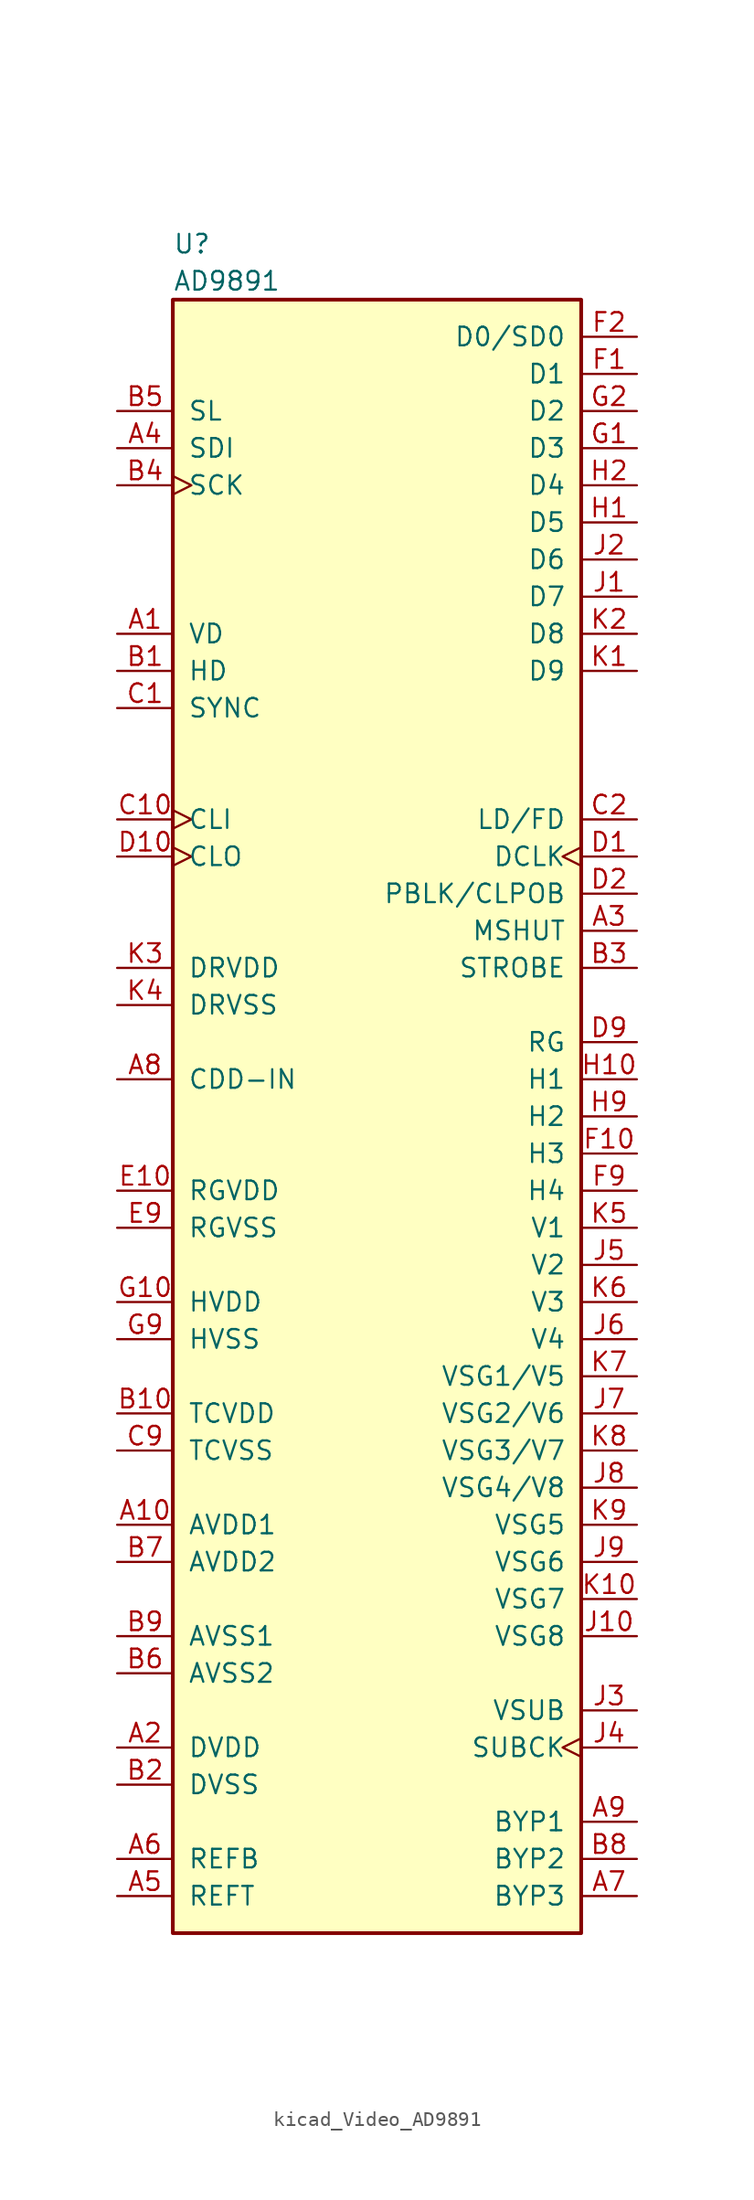
<source format=kicad_sym>
(kicad_symbol_lib
  (version 20220914)
  (generator kicad_symbol_editor)
  (symbol "kicad_Video_AD9891"
    (pin_names
      (offset 1.016))
    (property "Reference" "U"
      (at -13.97 59.69 0)
      (effects (font (size 1.27 1.27)) (justify left)))
    (property "Value" "AD9891"
      (at -13.97 57.15 0)
      (effects (font (size 1.27 1.27)) (justify left)))
    (symbol "kicad_Video_AD9891_0_1"
      (rectangle (start 13.97 -55.88) (end -13.97 55.88) (stroke (width 0.254) (type default)) (fill (type background))))
    (symbol "kicad_Video_AD9891_1_1"
      (pin bidirectional line (at -17.78 33.02 0) (length 3.81) (name "VD" (effects (font (size 1.27 1.27)))) (number "A1" (effects (font (size 1.27 1.27)))))
      (pin power_in line (at -17.78 -27.94 0) (length 3.81) (name "AVDD1" (effects (font (size 1.27 1.27)))) (number "A10" (effects (font (size 1.27 1.27)))))
      (pin power_in line (at -17.78 -43.18 0) (length 3.81) (name "DVDD" (effects (font (size 1.27 1.27)))) (number "A2" (effects (font (size 1.27 1.27)))))
      (pin output line (at 17.78 12.7 180) (length 3.81) (name "MSHUT" (effects (font (size 1.27 1.27)))) (number "A3" (effects (font (size 1.27 1.27)))))
      (pin input line (at -17.78 45.72 0) (length 3.81) (name "SDI" (effects (font (size 1.27 1.27)))) (number "A4" (effects (font (size 1.27 1.27)))))
      (pin output line (at -17.78 -53.34 0) (length 3.81) (name "REFT" (effects (font (size 1.27 1.27)))) (number "A5" (effects (font (size 1.27 1.27)))))
      (pin output line (at -17.78 -50.8 0) (length 3.81) (name "REFB" (effects (font (size 1.27 1.27)))) (number "A6" (effects (font (size 1.27 1.27)))))
      (pin output line (at 17.78 -53.34 180) (length 3.81) (name "BYP3" (effects (font (size 1.27 1.27)))) (number "A7" (effects (font (size 1.27 1.27)))))
      (pin input line (at -17.78 2.54 0) (length 3.81) (name "CDD-IN" (effects (font (size 1.27 1.27)))) (number "A8" (effects (font (size 1.27 1.27)))))
      (pin output line (at 17.78 -48.26 180) (length 3.81) (name "BYP1" (effects (font (size 1.27 1.27)))) (number "A9" (effects (font (size 1.27 1.27)))))
      (pin bidirectional line (at -17.78 30.48 0) (length 3.81) (name "HD" (effects (font (size 1.27 1.27)))) (number "B1" (effects (font (size 1.27 1.27)))))
      (pin power_in line (at -17.78 -20.32 0) (length 3.81) (name "TCVDD" (effects (font (size 1.27 1.27)))) (number "B10" (effects (font (size 1.27 1.27)))))
      (pin power_in line (at -17.78 -45.72 0) (length 3.81) (name "DVSS" (effects (font (size 1.27 1.27)))) (number "B2" (effects (font (size 1.27 1.27)))))
      (pin output line (at 17.78 10.16 180) (length 3.81) (name "STROBE" (effects (font (size 1.27 1.27)))) (number "B3" (effects (font (size 1.27 1.27)))))
      (pin input clock (at -17.78 43.18 0) (length 3.81) (name "SCK" (effects (font (size 1.27 1.27)))) (number "B4" (effects (font (size 1.27 1.27)))))
      (pin input line (at -17.78 48.26 0) (length 3.81) (name "SL" (effects (font (size 1.27 1.27)))) (number "B5" (effects (font (size 1.27 1.27)))))
      (pin power_in line (at -17.78 -38.1 0) (length 3.81) (name "AVSS2" (effects (font (size 1.27 1.27)))) (number "B6" (effects (font (size 1.27 1.27)))))
      (pin power_in line (at -17.78 -30.48 0) (length 3.81) (name "AVDD2" (effects (font (size 1.27 1.27)))) (number "B7" (effects (font (size 1.27 1.27)))))
      (pin output line (at 17.78 -50.8 180) (length 3.81) (name "BYP2" (effects (font (size 1.27 1.27)))) (number "B8" (effects (font (size 1.27 1.27)))))
      (pin power_in line (at -17.78 -35.56 0) (length 3.81) (name "AVSS1" (effects (font (size 1.27 1.27)))) (number "B9" (effects (font (size 1.27 1.27)))))
      (pin input line (at -17.78 27.94 0) (length 3.81) (name "SYNC" (effects (font (size 1.27 1.27)))) (number "C1" (effects (font (size 1.27 1.27)))))
      (pin input clock (at -17.78 20.32 0) (length 3.81) (name "CLI" (effects (font (size 1.27 1.27)))) (number "C10" (effects (font (size 1.27 1.27)))))
      (pin output line (at 17.78 20.32 180) (length 3.81) (name "LD/FD" (effects (font (size 1.27 1.27)))) (number "C2" (effects (font (size 1.27 1.27)))))
      (pin power_in line (at -17.78 -22.86 0) (length 3.81) (name "TCVSS" (effects (font (size 1.27 1.27)))) (number "C9" (effects (font (size 1.27 1.27)))))
      (pin output clock (at 17.78 17.78 180) (length 3.81) (name "DCLK" (effects (font (size 1.27 1.27)))) (number "D1" (effects (font (size 1.27 1.27)))))
      (pin output clock (at -17.78 17.78 0) (length 3.81) (name "CLO" (effects (font (size 1.27 1.27)))) (number "D10" (effects (font (size 1.27 1.27)))))
      (pin output line (at 17.78 15.24 180) (length 3.81) (name "PBLK/CLPOB" (effects (font (size 1.27 1.27)))) (number "D2" (effects (font (size 1.27 1.27)))))
      (pin output line (at 17.78 5.08 180) (length 3.81) (name "RG" (effects (font (size 1.27 1.27)))) (number "D9" (effects (font (size 1.27 1.27)))))
      (pin power_in line (at -17.78 -5.08 0) (length 3.81) (name "RGVDD" (effects (font (size 1.27 1.27)))) (number "E10" (effects (font (size 1.27 1.27)))))
      (pin power_in line (at -17.78 -7.62 0) (length 3.81) (name "RGVSS" (effects (font (size 1.27 1.27)))) (number "E9" (effects (font (size 1.27 1.27)))))
      (pin output line (at 17.78 50.8 180) (length 3.81) (name "D1" (effects (font (size 1.27 1.27)))) (number "F1" (effects (font (size 1.27 1.27)))))
      (pin output line (at 17.78 -2.54 180) (length 3.81) (name "H3" (effects (font (size 1.27 1.27)))) (number "F10" (effects (font (size 1.27 1.27)))))
      (pin output line (at 17.78 53.34 180) (length 3.81) (name "D0/SD0" (effects (font (size 1.27 1.27)))) (number "F2" (effects (font (size 1.27 1.27)))))
      (pin output line (at 17.78 -5.08 180) (length 3.81) (name "H4" (effects (font (size 1.27 1.27)))) (number "F9" (effects (font (size 1.27 1.27)))))
      (pin output line (at 17.78 45.72 180) (length 3.81) (name "D3" (effects (font (size 1.27 1.27)))) (number "G1" (effects (font (size 1.27 1.27)))))
      (pin power_in line (at -17.78 -12.7 0) (length 3.81) (name "HVDD" (effects (font (size 1.27 1.27)))) (number "G10" (effects (font (size 1.27 1.27)))))
      (pin output line (at 17.78 48.26 180) (length 3.81) (name "D2" (effects (font (size 1.27 1.27)))) (number "G2" (effects (font (size 1.27 1.27)))))
      (pin power_in line (at -17.78 -15.24 0) (length 3.81) (name "HVSS" (effects (font (size 1.27 1.27)))) (number "G9" (effects (font (size 1.27 1.27)))))
      (pin output line (at 17.78 40.64 180) (length 3.81) (name "D5" (effects (font (size 1.27 1.27)))) (number "H1" (effects (font (size 1.27 1.27)))))
      (pin output line (at 17.78 2.54 180) (length 3.81) (name "H1" (effects (font (size 1.27 1.27)))) (number "H10" (effects (font (size 1.27 1.27)))))
      (pin output line (at 17.78 43.18 180) (length 3.81) (name "D4" (effects (font (size 1.27 1.27)))) (number "H2" (effects (font (size 1.27 1.27)))))
      (pin output line (at 17.78 0 180) (length 3.81) (name "H2" (effects (font (size 1.27 1.27)))) (number "H9" (effects (font (size 1.27 1.27)))))
      (pin output line (at 17.78 35.56 180) (length 3.81) (name "D7" (effects (font (size 1.27 1.27)))) (number "J1" (effects (font (size 1.27 1.27)))))
      (pin output line (at 17.78 -35.56 180) (length 3.81) (name "VSG8" (effects (font (size 1.27 1.27)))) (number "J10" (effects (font (size 1.27 1.27)))))
      (pin output line (at 17.78 38.1 180) (length 3.81) (name "D6" (effects (font (size 1.27 1.27)))) (number "J2" (effects (font (size 1.27 1.27)))))
      (pin output line (at 17.78 -40.64 180) (length 3.81) (name "VSUB" (effects (font (size 1.27 1.27)))) (number "J3" (effects (font (size 1.27 1.27)))))
      (pin output clock (at 17.78 -43.18 180) (length 3.81) (name "SUBCK" (effects (font (size 1.27 1.27)))) (number "J4" (effects (font (size 1.27 1.27)))))
      (pin output line (at 17.78 -10.16 180) (length 3.81) (name "V2" (effects (font (size 1.27 1.27)))) (number "J5" (effects (font (size 1.27 1.27)))))
      (pin output line (at 17.78 -15.24 180) (length 3.81) (name "V4" (effects (font (size 1.27 1.27)))) (number "J6" (effects (font (size 1.27 1.27)))))
      (pin output line (at 17.78 -20.32 180) (length 3.81) (name "VSG2/V6" (effects (font (size 1.27 1.27)))) (number "J7" (effects (font (size 1.27 1.27)))))
      (pin output line (at 17.78 -25.4 180) (length 3.81) (name "VSG4/V8" (effects (font (size 1.27 1.27)))) (number "J8" (effects (font (size 1.27 1.27)))))
      (pin output line (at 17.78 -30.48 180) (length 3.81) (name "VSG6" (effects (font (size 1.27 1.27)))) (number "J9" (effects (font (size 1.27 1.27)))))
      (pin input line (at 17.78 30.48 180) (length 3.81) (name "D9" (effects (font (size 1.27 1.27)))) (number "K1" (effects (font (size 1.27 1.27)))))
      (pin output line (at 17.78 -33.02 180) (length 3.81) (name "VSG7" (effects (font (size 1.27 1.27)))) (number "K10" (effects (font (size 1.27 1.27)))))
      (pin output line (at 17.78 33.02 180) (length 3.81) (name "D8" (effects (font (size 1.27 1.27)))) (number "K2" (effects (font (size 1.27 1.27)))))
      (pin power_out line (at -17.78 10.16 0) (length 3.81) (name "DRVDD" (effects (font (size 1.27 1.27)))) (number "K3" (effects (font (size 1.27 1.27)))))
      (pin power_out line (at -17.78 7.62 0) (length 3.81) (name "DRVSS" (effects (font (size 1.27 1.27)))) (number "K4" (effects (font (size 1.27 1.27)))))
      (pin output line (at 17.78 -7.62 180) (length 3.81) (name "V1" (effects (font (size 1.27 1.27)))) (number "K5" (effects (font (size 1.27 1.27)))))
      (pin output line (at 17.78 -12.7 180) (length 3.81) (name "V3" (effects (font (size 1.27 1.27)))) (number "K6" (effects (font (size 1.27 1.27)))))
      (pin output line (at 17.78 -17.78 180) (length 3.81) (name "VSG1/V5" (effects (font (size 1.27 1.27)))) (number "K7" (effects (font (size 1.27 1.27)))))
      (pin output line (at 17.78 -22.86 180) (length 3.81) (name "VSG3/V7" (effects (font (size 1.27 1.27)))) (number "K8" (effects (font (size 1.27 1.27)))))
      (pin output line (at 17.78 -27.94 180) (length 3.81) (name "VSG5" (effects (font (size 1.27 1.27)))) (number "K9" (effects (font (size 1.27 1.27))))))))
</source>
